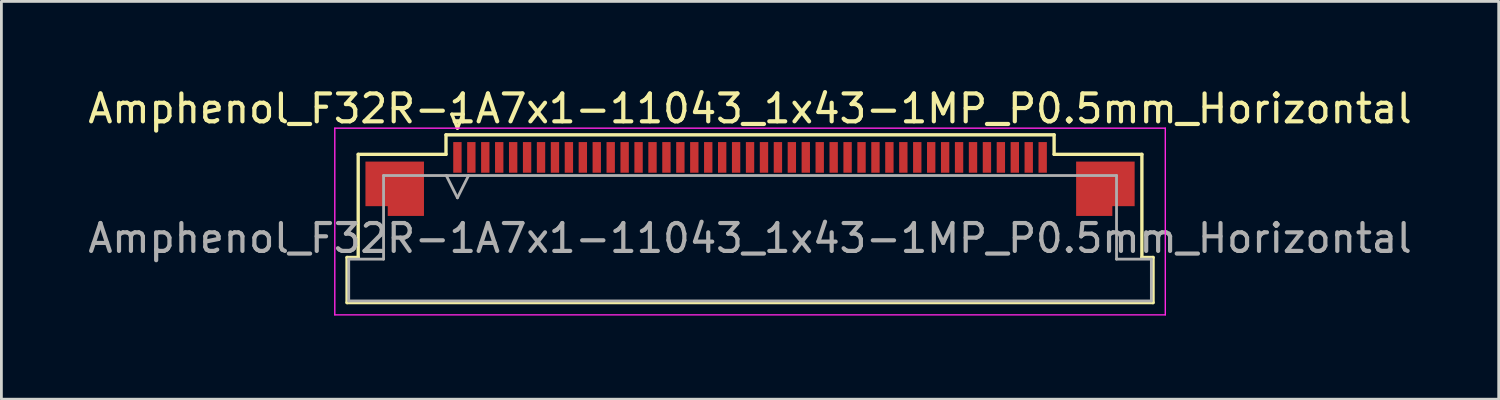
<source format=kicad_pcb>
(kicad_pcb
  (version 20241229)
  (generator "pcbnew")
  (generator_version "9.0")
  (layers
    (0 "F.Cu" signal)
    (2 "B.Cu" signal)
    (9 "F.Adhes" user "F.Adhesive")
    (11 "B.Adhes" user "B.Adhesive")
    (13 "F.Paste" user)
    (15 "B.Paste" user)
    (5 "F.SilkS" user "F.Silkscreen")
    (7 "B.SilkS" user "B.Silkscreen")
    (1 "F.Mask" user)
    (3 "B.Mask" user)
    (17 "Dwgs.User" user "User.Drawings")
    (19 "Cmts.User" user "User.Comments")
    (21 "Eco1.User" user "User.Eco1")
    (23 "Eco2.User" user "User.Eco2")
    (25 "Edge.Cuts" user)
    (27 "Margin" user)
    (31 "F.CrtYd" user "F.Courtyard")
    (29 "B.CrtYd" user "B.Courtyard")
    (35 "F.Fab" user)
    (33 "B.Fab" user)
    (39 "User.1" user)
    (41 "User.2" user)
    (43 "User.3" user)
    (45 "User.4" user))
  (footprint "Amphenol_F32R-1A7x1-11043_1x43-1MP_P0.5mm_Horizontal"
    (layer "F.Cu")
    (at 23.863 5.498)
    (property "Reference" "Amphenol_F32R-1A7x1-11043_1x43-1MP_P0.5mm_Horizontal" (at 0 -4.65 0) (layer "F.SilkS") (effects (font (size 1 1) (thickness 0.15))))
    (attr smd)
    (fp_line (start -14.46 0.69) (end -14.06 0.69) (stroke (width 0.12) (type solid)) (layer "F.SilkS"))
    (fp_line (start -14.46 2.31) (end -14.46 0.69) (stroke (width 0.12) (type solid)) (layer "F.SilkS"))
    (fp_line (start -14.06 -3.01) (end -10.91 -3.01) (stroke (width 0.12) (type solid)) (layer "F.SilkS"))
    (fp_line (start -14.06 0.69) (end -14.06 -3.01) (stroke (width 0.12) (type solid)) (layer "F.SilkS"))
    (fp_line (start -10.91 -3.71) (end 10.91 -3.71) (stroke (width 0.12) (type solid)) (layer "F.SilkS"))
    (fp_line (start -10.91 -3.01) (end -10.91 -3.71) (stroke (width 0.12) (type solid)) (layer "F.SilkS"))
    (fp_line (start -10.7 -4.45) (end -10.5 -3.95) (stroke (width 0.12) (type solid)) (layer "F.SilkS"))
    (fp_line (start -10.5 -3.95) (end -10.3 -4.45) (stroke (width 0.12) (type solid)) (layer "F.SilkS"))
    (fp_line (start -10.3 -4.45) (end -10.7 -4.45) (stroke (width 0.12) (type solid)) (layer "F.SilkS"))
    (fp_line (start 10.91 -3.71) (end 10.91 -3.01) (stroke (width 0.12) (type solid)) (layer "F.SilkS"))
    (fp_line (start 10.91 -3.01) (end 14.06 -3.01) (stroke (width 0.12) (type solid)) (layer "F.SilkS"))
    (fp_line (start 14.06 -3.01) (end 14.06 0.69) (stroke (width 0.12) (type solid)) (layer "F.SilkS"))
    (fp_line (start 14.06 0.69) (end 14.46 0.69) (stroke (width 0.12) (type solid)) (layer "F.SilkS"))
    (fp_line (start 14.46 0.69) (end 14.46 2.31) (stroke (width 0.12) (type solid)) (layer "F.SilkS"))
    (fp_line (start 14.46 2.31) (end -14.46 2.31) (stroke (width 0.12) (type solid)) (layer "F.SilkS"))
    (fp_line (start -14.9 -3.95) (end -14.9 2.75) (stroke (width 0.05) (type solid)) (layer "F.CrtYd"))
    (fp_line (start -14.9 2.75) (end 14.9 2.75) (stroke (width 0.05) (type solid)) (layer "F.CrtYd"))
    (fp_line (start 14.9 -3.95) (end -14.9 -3.95) (stroke (width 0.05) (type solid)) (layer "F.CrtYd"))
    (fp_line (start 14.9 2.75) (end 14.9 -3.95) (stroke (width 0.05) (type solid)) (layer "F.CrtYd"))
    (fp_line (start -14.4 0.75) (end -13.15 0.75) (stroke (width 0.1) (type solid)) (layer "F.Fab"))
    (fp_line (start -14.4 2.25) (end -14.4 0.75) (stroke (width 0.1) (type solid)) (layer "F.Fab"))
    (fp_line (start -13.15 -2.25) (end 13.15 -2.25) (stroke (width 0.1) (type solid)) (layer "F.Fab"))
    (fp_line (start -13.15 0.75) (end -13.15 -2.25) (stroke (width 0.1) (type solid)) (layer "F.Fab"))
    (fp_line (start -10.9 -2.25) (end -10.5 -1.45) (stroke (width 0.1) (type solid)) (layer "F.Fab"))
    (fp_line (start -10.5 -1.45) (end -10.1 -2.25) (stroke (width 0.1) (type solid)) (layer "F.Fab"))
    (fp_line (start 13.15 -2.25) (end 13.15 0.75) (stroke (width 0.1) (type solid)) (layer "F.Fab"))
    (fp_line (start 13.15 0.75) (end 14.4 0.75) (stroke (width 0.1) (type solid)) (layer "F.Fab"))
    (fp_line (start 14.4 0.75) (end 14.4 2.25) (stroke (width 0.1) (type solid)) (layer "F.Fab"))
    (fp_line (start 14.4 2.25) (end -14.4 2.25) (stroke (width 0.1) (type solid)) (layer "F.Fab"))
    (fp_text user "${REFERENCE}" (at 0 0 0) (layer "F.Fab") (effects (font (size 1 1) (thickness 0.15))))
    (pad "1" smd rect (at -10.5 -2.9) (size 0.3 1.1) (layers "F.Cu" "F.Mask" "F.Paste"))
    (pad "2" smd rect (at -10 -2.9) (size 0.3 1.1) (layers "F.Cu" "F.Mask" "F.Paste"))
    (pad "3" smd rect (at -9.5 -2.9) (size 0.3 1.1) (layers "F.Cu" "F.Mask" "F.Paste"))
    (pad "4" smd rect (at -9 -2.9) (size 0.3 1.1) (layers "F.Cu" "F.Mask" "F.Paste"))
    (pad "5" smd rect (at -8.5 -2.9) (size 0.3 1.1) (layers "F.Cu" "F.Mask" "F.Paste"))
    (pad "6" smd rect (at -8 -2.9) (size 0.3 1.1) (layers "F.Cu" "F.Mask" "F.Paste"))
    (pad "7" smd rect (at -7.5 -2.9) (size 0.3 1.1) (layers "F.Cu" "F.Mask" "F.Paste"))
    (pad "8" smd rect (at -7 -2.9) (size 0.3 1.1) (layers "F.Cu" "F.Mask" "F.Paste"))
    (pad "9" smd rect (at -6.5 -2.9) (size 0.3 1.1) (layers "F.Cu" "F.Mask" "F.Paste"))
    (pad "10" smd rect (at -6 -2.9) (size 0.3 1.1) (layers "F.Cu" "F.Mask" "F.Paste"))
    (pad "11" smd rect (at -5.5 -2.9) (size 0.3 1.1) (layers "F.Cu" "F.Mask" "F.Paste"))
    (pad "12" smd rect (at -5 -2.9) (size 0.3 1.1) (layers "F.Cu" "F.Mask" "F.Paste"))
    (pad "13" smd rect (at -4.5 -2.9) (size 0.3 1.1) (layers "F.Cu" "F.Mask" "F.Paste"))
    (pad "14" smd rect (at -4 -2.9) (size 0.3 1.1) (layers "F.Cu" "F.Mask" "F.Paste"))
    (pad "15" smd rect (at -3.5 -2.9) (size 0.3 1.1) (layers "F.Cu" "F.Mask" "F.Paste"))
    (pad "16" smd rect (at -3 -2.9) (size 0.3 1.1) (layers "F.Cu" "F.Mask" "F.Paste"))
    (pad "17" smd rect (at -2.5 -2.9) (size 0.3 1.1) (layers "F.Cu" "F.Mask" "F.Paste"))
    (pad "18" smd rect (at -2 -2.9) (size 0.3 1.1) (layers "F.Cu" "F.Mask" "F.Paste"))
    (pad "19" smd rect (at -1.5 -2.9) (size 0.3 1.1) (layers "F.Cu" "F.Mask" "F.Paste"))
    (pad "20" smd rect (at -1 -2.9) (size 0.3 1.1) (layers "F.Cu" "F.Mask" "F.Paste"))
    (pad "21" smd rect (at -0.5 -2.9) (size 0.3 1.1) (layers "F.Cu" "F.Mask" "F.Paste"))
    (pad "22" smd rect (at 0 -2.9) (size 0.3 1.1) (layers "F.Cu" "F.Mask" "F.Paste"))
    (pad "23" smd rect (at 0.5 -2.9) (size 0.3 1.1) (layers "F.Cu" "F.Mask" "F.Paste"))
    (pad "24" smd rect (at 1 -2.9) (size 0.3 1.1) (layers "F.Cu" "F.Mask" "F.Paste"))
    (pad "25" smd rect (at 1.5 -2.9) (size 0.3 1.1) (layers "F.Cu" "F.Mask" "F.Paste"))
    (pad "26" smd rect (at 2 -2.9) (size 0.3 1.1) (layers "F.Cu" "F.Mask" "F.Paste"))
    (pad "27" smd rect (at 2.5 -2.9) (size 0.3 1.1) (layers "F.Cu" "F.Mask" "F.Paste"))
    (pad "28" smd rect (at 3 -2.9) (size 0.3 1.1) (layers "F.Cu" "F.Mask" "F.Paste"))
    (pad "29" smd rect (at 3.5 -2.9) (size 0.3 1.1) (layers "F.Cu" "F.Mask" "F.Paste"))
    (pad "30" smd rect (at 4 -2.9) (size 0.3 1.1) (layers "F.Cu" "F.Mask" "F.Paste"))
    (pad "31" smd rect (at 4.5 -2.9) (size 0.3 1.1) (layers "F.Cu" "F.Mask" "F.Paste"))
    (pad "32" smd rect (at 5 -2.9) (size 0.3 1.1) (layers "F.Cu" "F.Mask" "F.Paste"))
    (pad "33" smd rect (at 5.5 -2.9) (size 0.3 1.1) (layers "F.Cu" "F.Mask" "F.Paste"))
    (pad "34" smd rect (at 6 -2.9) (size 0.3 1.1) (layers "F.Cu" "F.Mask" "F.Paste"))
    (pad "35" smd rect (at 6.5 -2.9) (size 0.3 1.1) (layers "F.Cu" "F.Mask" "F.Paste"))
    (pad "36" smd rect (at 7 -2.9) (size 0.3 1.1) (layers "F.Cu" "F.Mask" "F.Paste"))
    (pad "37" smd rect (at 7.5 -2.9) (size 0.3 1.1) (layers "F.Cu" "F.Mask" "F.Paste"))
    (pad "38" smd rect (at 8 -2.9) (size 0.3 1.1) (layers "F.Cu" "F.Mask" "F.Paste"))
    (pad "39" smd rect (at 8.5 -2.9) (size 0.3 1.1) (layers "F.Cu" "F.Mask" "F.Paste"))
    (pad "40" smd rect (at 9 -2.9) (size 0.3 1.1) (layers "F.Cu" "F.Mask" "F.Paste"))
    (pad "41" smd rect (at 9.5 -2.9) (size 0.3 1.1) (layers "F.Cu" "F.Mask" "F.Paste"))
    (pad "42" smd rect (at 10 -2.9) (size 0.3 1.1) (layers "F.Cu" "F.Mask" "F.Paste"))
    (pad "43" smd rect (at 10.5 -2.9) (size 0.3 1.1) (layers "F.Cu" "F.Mask" "F.Paste"))
    (pad "MP" smd custom (at -12.75 -1.775) (size 1 1) (layers "F.Cu" "F.Mask" "F.Paste") (options (anchor circle)) (primitives (gr_poly (pts (xy 1.05 -0.975) (xy 1.05 0.975) (xy -0.25 0.975) (xy -0.25 0.625) (xy -1.05 0.625) (xy -1.05 -0.975) (xy 1.05 -0.975)) (width 0) (fill yes))))
    (pad "MP" smd custom (at 12.75 -1.775) (size 1 1) (layers "F.Cu" "F.Mask" "F.Paste") (options (anchor circle)) (primitives (gr_poly (pts (xy -1.05 -0.975) (xy -1.05 0.975) (xy 0.25 0.975) (xy 0.25 0.625) (xy 1.05 0.625) (xy 1.05 -0.975) (xy -1.05 -0.975)) (width 0) (fill yes)))))
  (gr_rect
    (start -3 -3)
    (end 50.726 11.273)
    (stroke (width 0.1) (type default))
    (fill no)
    (layer "Edge.Cuts")))
</source>
